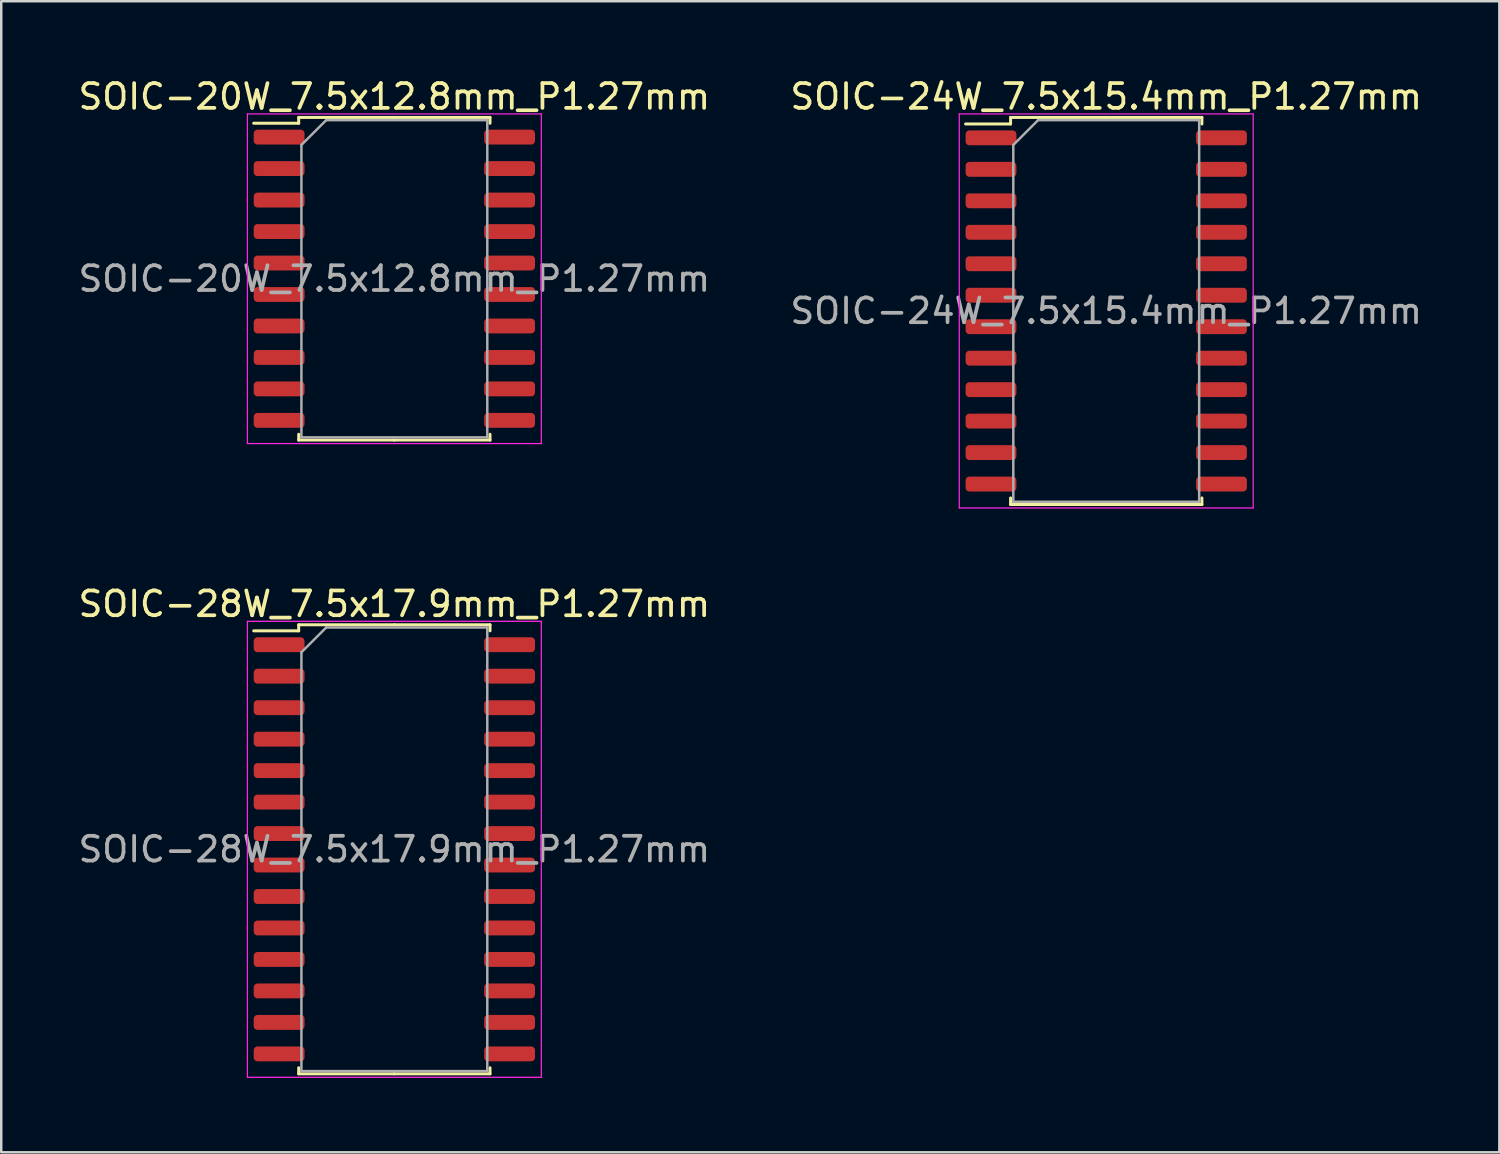
<source format=kicad_pcb>
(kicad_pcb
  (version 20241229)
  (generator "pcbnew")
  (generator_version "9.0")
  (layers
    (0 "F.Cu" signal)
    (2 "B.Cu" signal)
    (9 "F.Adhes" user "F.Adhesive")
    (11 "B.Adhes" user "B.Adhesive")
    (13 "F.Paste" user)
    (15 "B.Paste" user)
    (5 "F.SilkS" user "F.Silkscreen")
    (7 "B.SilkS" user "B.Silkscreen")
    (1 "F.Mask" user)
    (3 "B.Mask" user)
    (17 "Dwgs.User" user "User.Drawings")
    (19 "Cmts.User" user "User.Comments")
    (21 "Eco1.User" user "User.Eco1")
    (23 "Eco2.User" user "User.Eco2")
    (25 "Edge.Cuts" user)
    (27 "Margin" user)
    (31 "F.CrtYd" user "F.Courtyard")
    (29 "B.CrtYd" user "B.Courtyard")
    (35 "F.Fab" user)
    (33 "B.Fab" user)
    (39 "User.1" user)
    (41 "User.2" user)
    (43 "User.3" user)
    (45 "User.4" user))
  (footprint "SOIC-28W_7.5x17.9mm_P1.27mm"
    (layer "F.Cu")
    (at 12.863 31.221)
    (property "Reference" "SOIC-28W_7.5x17.9mm_P1.27mm" (at 0 -9.9 0) (layer "F.SilkS") (effects (font (size 1 1) (thickness 0.15))))
    (attr smd)
    (fp_line (start -3.86 -9.06) (end -3.86 -8.815) (stroke (width 0.12) (type solid)) (layer "F.SilkS"))
    (fp_line (start -3.86 -8.815) (end -5.675 -8.815) (stroke (width 0.12) (type solid)) (layer "F.SilkS"))
    (fp_line (start -3.86 9.06) (end -3.86 8.815) (stroke (width 0.12) (type solid)) (layer "F.SilkS"))
    (fp_line (start 0 -9.06) (end -3.86 -9.06) (stroke (width 0.12) (type solid)) (layer "F.SilkS"))
    (fp_line (start 0 -9.06) (end 3.86 -9.06) (stroke (width 0.12) (type solid)) (layer "F.SilkS"))
    (fp_line (start 0 9.06) (end -3.86 9.06) (stroke (width 0.12) (type solid)) (layer "F.SilkS"))
    (fp_line (start 0 9.06) (end 3.86 9.06) (stroke (width 0.12) (type solid)) (layer "F.SilkS"))
    (fp_line (start 3.86 -9.06) (end 3.86 -8.815) (stroke (width 0.12) (type solid)) (layer "F.SilkS"))
    (fp_line (start 3.86 9.06) (end 3.86 8.815) (stroke (width 0.12) (type solid)) (layer "F.SilkS"))
    (fp_line (start -5.93 -9.2) (end -5.93 9.2) (stroke (width 0.05) (type solid)) (layer "F.CrtYd"))
    (fp_line (start -5.93 9.2) (end 5.93 9.2) (stroke (width 0.05) (type solid)) (layer "F.CrtYd"))
    (fp_line (start 5.93 -9.2) (end -5.93 -9.2) (stroke (width 0.05) (type solid)) (layer "F.CrtYd"))
    (fp_line (start 5.93 9.2) (end 5.93 -9.2) (stroke (width 0.05) (type solid)) (layer "F.CrtYd"))
    (fp_line (start -3.75 -7.95) (end -2.75 -8.95) (stroke (width 0.1) (type solid)) (layer "F.Fab"))
    (fp_line (start -3.75 8.95) (end -3.75 -7.95) (stroke (width 0.1) (type solid)) (layer "F.Fab"))
    (fp_line (start -2.75 -8.95) (end 3.75 -8.95) (stroke (width 0.1) (type solid)) (layer "F.Fab"))
    (fp_line (start 3.75 -8.95) (end 3.75 8.95) (stroke (width 0.1) (type solid)) (layer "F.Fab"))
    (fp_line (start 3.75 8.95) (end -3.75 8.95) (stroke (width 0.1) (type solid)) (layer "F.Fab"))
    (fp_text user "${REFERENCE}" (at 0 0 0) (layer "F.Fab") (effects (font (size 1 1) (thickness 0.15))))
    (pad "1" smd roundrect (at -4.65 -8.255) (size 2.05 0.6) (layers "F.Cu" "F.Mask" "F.Paste") (roundrect_rratio 0.25))
    (pad "2" smd roundrect (at -4.65 -6.985) (size 2.05 0.6) (layers "F.Cu" "F.Mask" "F.Paste") (roundrect_rratio 0.25))
    (pad "3" smd roundrect (at -4.65 -5.715) (size 2.05 0.6) (layers "F.Cu" "F.Mask" "F.Paste") (roundrect_rratio 0.25))
    (pad "4" smd roundrect (at -4.65 -4.445) (size 2.05 0.6) (layers "F.Cu" "F.Mask" "F.Paste") (roundrect_rratio 0.25))
    (pad "5" smd roundrect (at -4.65 -3.175) (size 2.05 0.6) (layers "F.Cu" "F.Mask" "F.Paste") (roundrect_rratio 0.25))
    (pad "6" smd roundrect (at -4.65 -1.905) (size 2.05 0.6) (layers "F.Cu" "F.Mask" "F.Paste") (roundrect_rratio 0.25))
    (pad "7" smd roundrect (at -4.65 -0.635) (size 2.05 0.6) (layers "F.Cu" "F.Mask" "F.Paste") (roundrect_rratio 0.25))
    (pad "8" smd roundrect (at -4.65 0.635) (size 2.05 0.6) (layers "F.Cu" "F.Mask" "F.Paste") (roundrect_rratio 0.25))
    (pad "9" smd roundrect (at -4.65 1.905) (size 2.05 0.6) (layers "F.Cu" "F.Mask" "F.Paste") (roundrect_rratio 0.25))
    (pad "10" smd roundrect (at -4.65 3.175) (size 2.05 0.6) (layers "F.Cu" "F.Mask" "F.Paste") (roundrect_rratio 0.25))
    (pad "11" smd roundrect (at -4.65 4.445) (size 2.05 0.6) (layers "F.Cu" "F.Mask" "F.Paste") (roundrect_rratio 0.25))
    (pad "12" smd roundrect (at -4.65 5.715) (size 2.05 0.6) (layers "F.Cu" "F.Mask" "F.Paste") (roundrect_rratio 0.25))
    (pad "13" smd roundrect (at -4.65 6.985) (size 2.05 0.6) (layers "F.Cu" "F.Mask" "F.Paste") (roundrect_rratio 0.25))
    (pad "14" smd roundrect (at -4.65 8.255) (size 2.05 0.6) (layers "F.Cu" "F.Mask" "F.Paste") (roundrect_rratio 0.25))
    (pad "15" smd roundrect (at 4.65 8.255) (size 2.05 0.6) (layers "F.Cu" "F.Mask" "F.Paste") (roundrect_rratio 0.25))
    (pad "16" smd roundrect (at 4.65 6.985) (size 2.05 0.6) (layers "F.Cu" "F.Mask" "F.Paste") (roundrect_rratio 0.25))
    (pad "17" smd roundrect (at 4.65 5.715) (size 2.05 0.6) (layers "F.Cu" "F.Mask" "F.Paste") (roundrect_rratio 0.25))
    (pad "18" smd roundrect (at 4.65 4.445) (size 2.05 0.6) (layers "F.Cu" "F.Mask" "F.Paste") (roundrect_rratio 0.25))
    (pad "19" smd roundrect (at 4.65 3.175) (size 2.05 0.6) (layers "F.Cu" "F.Mask" "F.Paste") (roundrect_rratio 0.25))
    (pad "20" smd roundrect (at 4.65 1.905) (size 2.05 0.6) (layers "F.Cu" "F.Mask" "F.Paste") (roundrect_rratio 0.25))
    (pad "21" smd roundrect (at 4.65 0.635) (size 2.05 0.6) (layers "F.Cu" "F.Mask" "F.Paste") (roundrect_rratio 0.25))
    (pad "22" smd roundrect (at 4.65 -0.635) (size 2.05 0.6) (layers "F.Cu" "F.Mask" "F.Paste") (roundrect_rratio 0.25))
    (pad "23" smd roundrect (at 4.65 -1.905) (size 2.05 0.6) (layers "F.Cu" "F.Mask" "F.Paste") (roundrect_rratio 0.25))
    (pad "24" smd roundrect (at 4.65 -3.175) (size 2.05 0.6) (layers "F.Cu" "F.Mask" "F.Paste") (roundrect_rratio 0.25))
    (pad "25" smd roundrect (at 4.65 -4.445) (size 2.05 0.6) (layers "F.Cu" "F.Mask" "F.Paste") (roundrect_rratio 0.25))
    (pad "26" smd roundrect (at 4.65 -5.715) (size 2.05 0.6) (layers "F.Cu" "F.Mask" "F.Paste") (roundrect_rratio 0.25))
    (pad "27" smd roundrect (at 4.65 -6.985) (size 2.05 0.6) (layers "F.Cu" "F.Mask" "F.Paste") (roundrect_rratio 0.25))
    (pad "28" smd roundrect (at 4.65 -8.255) (size 2.05 0.6) (layers "F.Cu" "F.Mask" "F.Paste") (roundrect_rratio 0.25)))
  (footprint "SOIC-20W_7.5x12.8mm_P1.27mm"
    (layer "F.Cu")
    (at 12.863 8.198)
    (property "Reference" "SOIC-20W_7.5x12.8mm_P1.27mm" (at 0 -7.35 0) (layer "F.SilkS") (effects (font (size 1 1) (thickness 0.15))))
    (attr smd)
    (fp_line (start -3.86 -6.51) (end -3.86 -6.275) (stroke (width 0.12) (type solid)) (layer "F.SilkS"))
    (fp_line (start -3.86 -6.275) (end -5.675 -6.275) (stroke (width 0.12) (type solid)) (layer "F.SilkS"))
    (fp_line (start -3.86 6.51) (end -3.86 6.275) (stroke (width 0.12) (type solid)) (layer "F.SilkS"))
    (fp_line (start 0 -6.51) (end -3.86 -6.51) (stroke (width 0.12) (type solid)) (layer "F.SilkS"))
    (fp_line (start 0 -6.51) (end 3.86 -6.51) (stroke (width 0.12) (type solid)) (layer "F.SilkS"))
    (fp_line (start 0 6.51) (end -3.86 6.51) (stroke (width 0.12) (type solid)) (layer "F.SilkS"))
    (fp_line (start 0 6.51) (end 3.86 6.51) (stroke (width 0.12) (type solid)) (layer "F.SilkS"))
    (fp_line (start 3.86 -6.51) (end 3.86 -6.275) (stroke (width 0.12) (type solid)) (layer "F.SilkS"))
    (fp_line (start 3.86 6.51) (end 3.86 6.275) (stroke (width 0.12) (type solid)) (layer "F.SilkS"))
    (fp_line (start -5.93 -6.65) (end -5.93 6.65) (stroke (width 0.05) (type solid)) (layer "F.CrtYd"))
    (fp_line (start -5.93 6.65) (end 5.93 6.65) (stroke (width 0.05) (type solid)) (layer "F.CrtYd"))
    (fp_line (start 5.93 -6.65) (end -5.93 -6.65) (stroke (width 0.05) (type solid)) (layer "F.CrtYd"))
    (fp_line (start 5.93 6.65) (end 5.93 -6.65) (stroke (width 0.05) (type solid)) (layer "F.CrtYd"))
    (fp_line (start -3.75 -5.4) (end -2.75 -6.4) (stroke (width 0.1) (type solid)) (layer "F.Fab"))
    (fp_line (start -3.75 6.4) (end -3.75 -5.4) (stroke (width 0.1) (type solid)) (layer "F.Fab"))
    (fp_line (start -2.75 -6.4) (end 3.75 -6.4) (stroke (width 0.1) (type solid)) (layer "F.Fab"))
    (fp_line (start 3.75 -6.4) (end 3.75 6.4) (stroke (width 0.1) (type solid)) (layer "F.Fab"))
    (fp_line (start 3.75 6.4) (end -3.75 6.4) (stroke (width 0.1) (type solid)) (layer "F.Fab"))
    (fp_text user "${REFERENCE}" (at 0 0 0) (layer "F.Fab") (effects (font (size 1 1) (thickness 0.15))))
    (pad "1" smd roundrect (at -4.65 -5.715) (size 2.05 0.6) (layers "F.Cu" "F.Mask" "F.Paste") (roundrect_rratio 0.25))
    (pad "2" smd roundrect (at -4.65 -4.445) (size 2.05 0.6) (layers "F.Cu" "F.Mask" "F.Paste") (roundrect_rratio 0.25))
    (pad "3" smd roundrect (at -4.65 -3.175) (size 2.05 0.6) (layers "F.Cu" "F.Mask" "F.Paste") (roundrect_rratio 0.25))
    (pad "4" smd roundrect (at -4.65 -1.905) (size 2.05 0.6) (layers "F.Cu" "F.Mask" "F.Paste") (roundrect_rratio 0.25))
    (pad "5" smd roundrect (at -4.65 -0.635) (size 2.05 0.6) (layers "F.Cu" "F.Mask" "F.Paste") (roundrect_rratio 0.25))
    (pad "6" smd roundrect (at -4.65 0.635) (size 2.05 0.6) (layers "F.Cu" "F.Mask" "F.Paste") (roundrect_rratio 0.25))
    (pad "7" smd roundrect (at -4.65 1.905) (size 2.05 0.6) (layers "F.Cu" "F.Mask" "F.Paste") (roundrect_rratio 0.25))
    (pad "8" smd roundrect (at -4.65 3.175) (size 2.05 0.6) (layers "F.Cu" "F.Mask" "F.Paste") (roundrect_rratio 0.25))
    (pad "9" smd roundrect (at -4.65 4.445) (size 2.05 0.6) (layers "F.Cu" "F.Mask" "F.Paste") (roundrect_rratio 0.25))
    (pad "10" smd roundrect (at -4.65 5.715) (size 2.05 0.6) (layers "F.Cu" "F.Mask" "F.Paste") (roundrect_rratio 0.25))
    (pad "11" smd roundrect (at 4.65 5.715) (size 2.05 0.6) (layers "F.Cu" "F.Mask" "F.Paste") (roundrect_rratio 0.25))
    (pad "12" smd roundrect (at 4.65 4.445) (size 2.05 0.6) (layers "F.Cu" "F.Mask" "F.Paste") (roundrect_rratio 0.25))
    (pad "13" smd roundrect (at 4.65 3.175) (size 2.05 0.6) (layers "F.Cu" "F.Mask" "F.Paste") (roundrect_rratio 0.25))
    (pad "14" smd roundrect (at 4.65 1.905) (size 2.05 0.6) (layers "F.Cu" "F.Mask" "F.Paste") (roundrect_rratio 0.25))
    (pad "15" smd roundrect (at 4.65 0.635) (size 2.05 0.6) (layers "F.Cu" "F.Mask" "F.Paste") (roundrect_rratio 0.25))
    (pad "16" smd roundrect (at 4.65 -0.635) (size 2.05 0.6) (layers "F.Cu" "F.Mask" "F.Paste") (roundrect_rratio 0.25))
    (pad "17" smd roundrect (at 4.65 -1.905) (size 2.05 0.6) (layers "F.Cu" "F.Mask" "F.Paste") (roundrect_rratio 0.25))
    (pad "18" smd roundrect (at 4.65 -3.175) (size 2.05 0.6) (layers "F.Cu" "F.Mask" "F.Paste") (roundrect_rratio 0.25))
    (pad "19" smd roundrect (at 4.65 -4.445) (size 2.05 0.6) (layers "F.Cu" "F.Mask" "F.Paste") (roundrect_rratio 0.25))
    (pad "20" smd roundrect (at 4.65 -5.715) (size 2.05 0.6) (layers "F.Cu" "F.Mask" "F.Paste") (roundrect_rratio 0.25)))
  (footprint "SOIC-24W_7.5x15.4mm_P1.27mm"
    (layer "F.Cu")
    (at 41.589 9.498)
    (property "Reference" "SOIC-24W_7.5x15.4mm_P1.27mm" (at 0 -8.65 0) (layer "F.SilkS") (effects (font (size 1 1) (thickness 0.15))))
    (attr smd)
    (fp_line (start -3.86 -7.81) (end -3.86 -7.545) (stroke (width 0.12) (type solid)) (layer "F.SilkS"))
    (fp_line (start -3.86 -7.545) (end -5.675 -7.545) (stroke (width 0.12) (type solid)) (layer "F.SilkS"))
    (fp_line (start -3.86 7.81) (end -3.86 7.545) (stroke (width 0.12) (type solid)) (layer "F.SilkS"))
    (fp_line (start 0 -7.81) (end -3.86 -7.81) (stroke (width 0.12) (type solid)) (layer "F.SilkS"))
    (fp_line (start 0 -7.81) (end 3.86 -7.81) (stroke (width 0.12) (type solid)) (layer "F.SilkS"))
    (fp_line (start 0 7.81) (end -3.86 7.81) (stroke (width 0.12) (type solid)) (layer "F.SilkS"))
    (fp_line (start 0 7.81) (end 3.86 7.81) (stroke (width 0.12) (type solid)) (layer "F.SilkS"))
    (fp_line (start 3.86 -7.81) (end 3.86 -7.545) (stroke (width 0.12) (type solid)) (layer "F.SilkS"))
    (fp_line (start 3.86 7.81) (end 3.86 7.545) (stroke (width 0.12) (type solid)) (layer "F.SilkS"))
    (fp_line (start -5.93 -7.95) (end -5.93 7.95) (stroke (width 0.05) (type solid)) (layer "F.CrtYd"))
    (fp_line (start -5.93 7.95) (end 5.93 7.95) (stroke (width 0.05) (type solid)) (layer "F.CrtYd"))
    (fp_line (start 5.93 -7.95) (end -5.93 -7.95) (stroke (width 0.05) (type solid)) (layer "F.CrtYd"))
    (fp_line (start 5.93 7.95) (end 5.93 -7.95) (stroke (width 0.05) (type solid)) (layer "F.CrtYd"))
    (fp_line (start -3.75 -6.7) (end -2.75 -7.7) (stroke (width 0.1) (type solid)) (layer "F.Fab"))
    (fp_line (start -3.75 7.7) (end -3.75 -6.7) (stroke (width 0.1) (type solid)) (layer "F.Fab"))
    (fp_line (start -2.75 -7.7) (end 3.75 -7.7) (stroke (width 0.1) (type solid)) (layer "F.Fab"))
    (fp_line (start 3.75 -7.7) (end 3.75 7.7) (stroke (width 0.1) (type solid)) (layer "F.Fab"))
    (fp_line (start 3.75 7.7) (end -3.75 7.7) (stroke (width 0.1) (type solid)) (layer "F.Fab"))
    (fp_text user "${REFERENCE}" (at 0 0 0) (layer "F.Fab") (effects (font (size 1 1) (thickness 0.15))))
    (pad "1" smd roundrect (at -4.65 -6.985) (size 2.05 0.6) (layers "F.Cu" "F.Mask" "F.Paste") (roundrect_rratio 0.25))
    (pad "2" smd roundrect (at -4.65 -5.715) (size 2.05 0.6) (layers "F.Cu" "F.Mask" "F.Paste") (roundrect_rratio 0.25))
    (pad "3" smd roundrect (at -4.65 -4.445) (size 2.05 0.6) (layers "F.Cu" "F.Mask" "F.Paste") (roundrect_rratio 0.25))
    (pad "4" smd roundrect (at -4.65 -3.175) (size 2.05 0.6) (layers "F.Cu" "F.Mask" "F.Paste") (roundrect_rratio 0.25))
    (pad "5" smd roundrect (at -4.65 -1.905) (size 2.05 0.6) (layers "F.Cu" "F.Mask" "F.Paste") (roundrect_rratio 0.25))
    (pad "6" smd roundrect (at -4.65 -0.635) (size 2.05 0.6) (layers "F.Cu" "F.Mask" "F.Paste") (roundrect_rratio 0.25))
    (pad "7" smd roundrect (at -4.65 0.635) (size 2.05 0.6) (layers "F.Cu" "F.Mask" "F.Paste") (roundrect_rratio 0.25))
    (pad "8" smd roundrect (at -4.65 1.905) (size 2.05 0.6) (layers "F.Cu" "F.Mask" "F.Paste") (roundrect_rratio 0.25))
    (pad "9" smd roundrect (at -4.65 3.175) (size 2.05 0.6) (layers "F.Cu" "F.Mask" "F.Paste") (roundrect_rratio 0.25))
    (pad "10" smd roundrect (at -4.65 4.445) (size 2.05 0.6) (layers "F.Cu" "F.Mask" "F.Paste") (roundrect_rratio 0.25))
    (pad "11" smd roundrect (at -4.65 5.715) (size 2.05 0.6) (layers "F.Cu" "F.Mask" "F.Paste") (roundrect_rratio 0.25))
    (pad "12" smd roundrect (at -4.65 6.985) (size 2.05 0.6) (layers "F.Cu" "F.Mask" "F.Paste") (roundrect_rratio 0.25))
    (pad "13" smd roundrect (at 4.65 6.985) (size 2.05 0.6) (layers "F.Cu" "F.Mask" "F.Paste") (roundrect_rratio 0.25))
    (pad "14" smd roundrect (at 4.65 5.715) (size 2.05 0.6) (layers "F.Cu" "F.Mask" "F.Paste") (roundrect_rratio 0.25))
    (pad "15" smd roundrect (at 4.65 4.445) (size 2.05 0.6) (layers "F.Cu" "F.Mask" "F.Paste") (roundrect_rratio 0.25))
    (pad "16" smd roundrect (at 4.65 3.175) (size 2.05 0.6) (layers "F.Cu" "F.Mask" "F.Paste") (roundrect_rratio 0.25))
    (pad "17" smd roundrect (at 4.65 1.905) (size 2.05 0.6) (layers "F.Cu" "F.Mask" "F.Paste") (roundrect_rratio 0.25))
    (pad "18" smd roundrect (at 4.65 0.635) (size 2.05 0.6) (layers "F.Cu" "F.Mask" "F.Paste") (roundrect_rratio 0.25))
    (pad "19" smd roundrect (at 4.65 -0.635) (size 2.05 0.6) (layers "F.Cu" "F.Mask" "F.Paste") (roundrect_rratio 0.25))
    (pad "20" smd roundrect (at 4.65 -1.905) (size 2.05 0.6) (layers "F.Cu" "F.Mask" "F.Paste") (roundrect_rratio 0.25))
    (pad "21" smd roundrect (at 4.65 -3.175) (size 2.05 0.6) (layers "F.Cu" "F.Mask" "F.Paste") (roundrect_rratio 0.25))
    (pad "22" smd roundrect (at 4.65 -4.445) (size 2.05 0.6) (layers "F.Cu" "F.Mask" "F.Paste") (roundrect_rratio 0.25))
    (pad "23" smd roundrect (at 4.65 -5.715) (size 2.05 0.6) (layers "F.Cu" "F.Mask" "F.Paste") (roundrect_rratio 0.25))
    (pad "24" smd roundrect (at 4.65 -6.985) (size 2.05 0.6) (layers "F.Cu" "F.Mask" "F.Paste") (roundrect_rratio 0.25)))
  (gr_rect
    (start -3 -3)
    (end 57.452 43.447)
    (stroke (width 0.1) (type default))
    (fill no)
    (layer "Edge.Cuts")))
</source>
